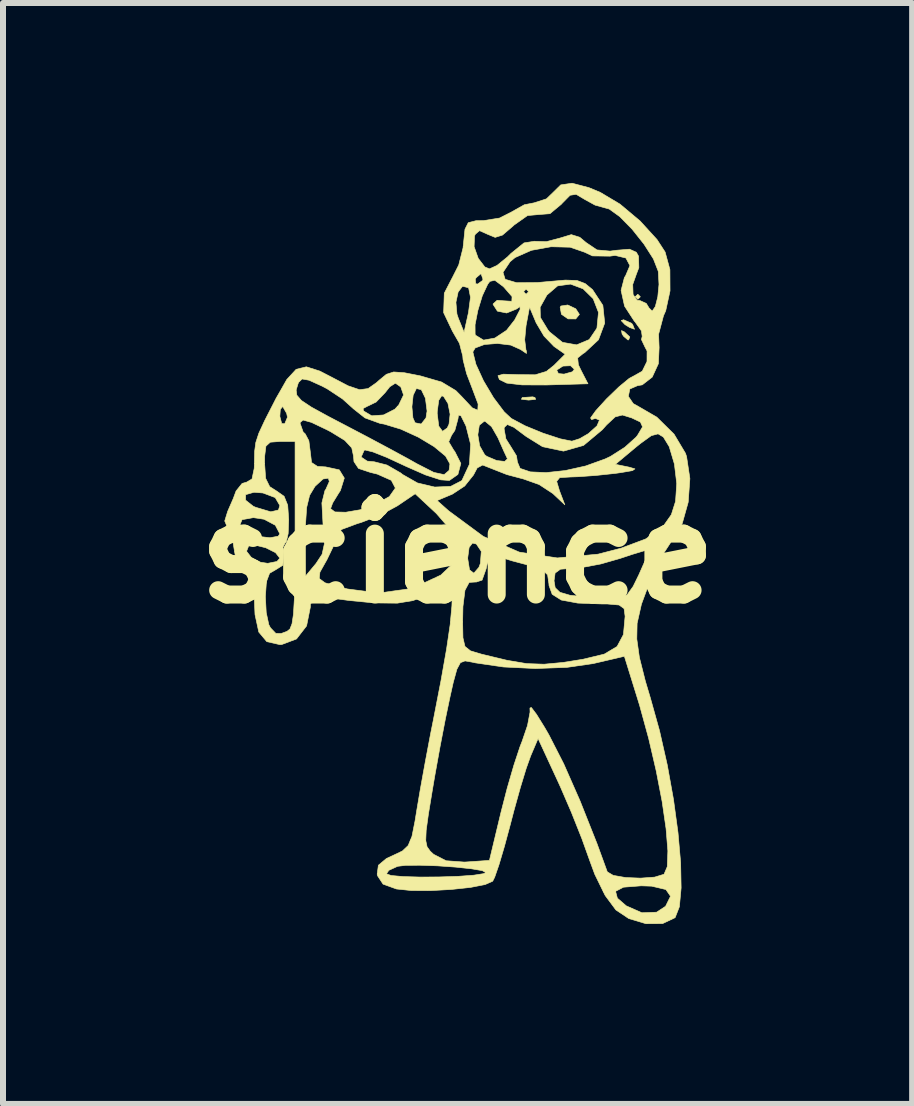
<source format=kicad_pcb>
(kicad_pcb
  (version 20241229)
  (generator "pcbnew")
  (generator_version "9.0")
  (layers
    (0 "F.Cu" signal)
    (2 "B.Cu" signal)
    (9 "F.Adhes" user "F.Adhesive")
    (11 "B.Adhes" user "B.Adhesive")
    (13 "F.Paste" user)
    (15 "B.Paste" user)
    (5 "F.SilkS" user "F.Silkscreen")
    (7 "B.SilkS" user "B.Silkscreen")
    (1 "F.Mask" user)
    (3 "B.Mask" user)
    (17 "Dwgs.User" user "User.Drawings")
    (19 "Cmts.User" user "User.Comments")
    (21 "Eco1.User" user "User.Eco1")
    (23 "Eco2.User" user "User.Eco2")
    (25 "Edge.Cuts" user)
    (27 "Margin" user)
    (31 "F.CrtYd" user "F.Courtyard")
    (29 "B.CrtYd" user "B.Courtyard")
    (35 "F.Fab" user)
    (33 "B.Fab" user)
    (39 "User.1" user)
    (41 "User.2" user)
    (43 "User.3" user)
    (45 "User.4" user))
  (footprint "science"
    (layer "F.Cu")
    (at 4.579 6.174)
    (property "Reference" "science" (at 0 0 0) (layer "F.SilkS") (effects (font (size 1.524 1.524) (thickness 0.3))))
    (attr through_hole)
    (fp_poly (pts (xy 3.048 -4.276) (xy 3.006 -4.233) (xy 2.963 -4.276) (xy 3.006 -4.318) (xy 3.048 -4.276)) (stroke (width 0.01) (type solid)) (fill yes) (layer "F.SilkS"))
    (fp_poly (pts (xy 1.291 -2.596) (xy 1.302 -2.565) (xy 1.185 -2.553) (xy 1.065 -2.567) (xy 1.079 -2.596) (xy 1.253 -2.607) (xy 1.291 -2.596)) (stroke (width 0.01) (type solid)) (fill yes) (layer "F.SilkS"))
    (fp_poly (pts (xy 2.781 -3.691) (xy 2.872 -3.606) (xy 2.853 -3.557) (xy 2.841 -3.556) (xy 2.77 -3.616) (xy 2.744 -3.654) (xy 2.734 -3.712) (xy 2.781 -3.691)) (stroke (width 0.01) (type solid)) (fill yes) (layer "F.SilkS"))
    (fp_poly (pts (xy 2.903 -3.833) (xy 2.921 -3.81) (xy 2.951 -3.734) (xy 2.871 -3.763) (xy 2.794 -3.81) (xy 2.729 -3.878) (xy 2.768 -3.893) (xy 2.903 -3.833)) (stroke (width 0.01) (type solid)) (fill yes) (layer "F.SilkS"))
    (fp_poly (pts (xy 1.971 -4.076) (xy 2.032 -3.982) (xy 1.971 -3.906) (xy 1.843 -3.907) (xy 1.733 -3.983) (xy 1.732 -3.985) (xy 1.711 -4.1) (xy 1.724 -4.122) (xy 1.837 -4.139) (xy 1.971 -4.076)) (stroke (width 0.01) (type solid)) (fill yes) (layer "F.SilkS"))
    (fp_poly (pts (xy 2.189 -6.096) (xy 2.381 -6.016) (xy 2.708 -5.821) (xy 3.043 -5.54) (xy 3.326 -5.23) (xy 3.461 -5.022) (xy 3.541 -4.729) (xy 3.543 -4.374) (xy 3.471 -4.042) (xy 3.434 -3.959) (xy 3.352 -3.65) (xy 3.361 -3.428) (xy 3.349 -3.16) (xy 3.246 -2.936) (xy 3.08 -2.807) (xy 3.002 -2.794) (xy 2.873 -2.738) (xy 2.848 -2.615) (xy 2.931 -2.493) (xy 2.991 -2.461) (xy 3.322 -2.269) (xy 3.61 -1.985) (xy 3.8 -1.667) (xy 3.819 -1.611) (xy 3.874 -1.245) (xy 3.846 -0.85) (xy 3.747 -0.497) (xy 3.648 -0.323) (xy 3.424 0.021) (xy 3.22 0.435) (xy 3.066 0.851) (xy 2.994 1.171) (xy 2.989 1.431) (xy 3.032 1.738) (xy 3.132 2.135) (xy 3.215 2.413) (xy 3.367 2.957) (xy 3.497 3.531) (xy 3.601 4.108) (xy 3.676 4.66) (xy 3.72 5.161) (xy 3.728 5.581) (xy 3.699 5.895) (xy 3.629 6.074) (xy 3.624 6.079) (xy 3.419 6.176) (xy 3.142 6.178) (xy 2.855 6.092) (xy 2.64 5.948) (xy 2.462 5.708) (xy 2.427 5.638) (xy 2.635 5.638) (xy 2.665 5.752) (xy 2.813 5.88) (xy 3.074 5.995) (xy 3.319 5.986) (xy 3.469 5.887) (xy 3.551 5.72) (xy 3.474 5.608) (xy 3.237 5.552) (xy 3.062 5.546) (xy 2.767 5.569) (xy 2.635 5.638) (xy 2.427 5.638) (xy 2.288 5.353) (xy 2.203 5.122) (xy 2.072 4.757) (xy 1.899 4.322) (xy 1.716 3.898) (xy 1.676 3.81) (xy 1.343 3.09) (xy 1.219 3.381) (xy 1.145 3.588) (xy 1.047 3.909) (xy 0.941 4.29) (xy 0.88 4.524) (xy 0.782 4.888) (xy 0.691 5.195) (xy 0.619 5.403) (xy 0.586 5.469) (xy 0.46 5.525) (xy 0.214 5.573) (xy -0.105 5.607) (xy -0.449 5.626) (xy -0.769 5.625) (xy -1.018 5.599) (xy -1.022 5.598) (xy -1.242 5.518) (xy -1.334 5.378) (xy -1.34 5.35) (xy -1.339 5.346) (xy -1.185 5.346) (xy -1.108 5.374) (xy -0.906 5.392) (xy -0.623 5.4) (xy -0.303 5.398) (xy 0.009 5.388) (xy 0.27 5.369) (xy 0.436 5.343) (xy 0.471 5.325) (xy 0.413 5.293) (xy 0.23 5.262) (xy -0.034 5.234) (xy -0.334 5.213) (xy -0.627 5.203) (xy -0.867 5.205) (xy -1 5.221) (xy -1.146 5.288) (xy -1.185 5.346) (xy -1.339 5.346) (xy -1.32 5.203) (xy -1.186 5.091) (xy -1.072 5.038) (xy -0.919 4.965) (xy -0.823 4.874) (xy -0.789 4.791) (xy -0.53 4.791) (xy -0.508 4.895) (xy -0.455 4.969) (xy -0.399 5.021) (xy -0.191 5.128) (xy 0.112 5.15) (xy 0.153 5.148) (xy 0.532 5.122) (xy 0.725 4.318) (xy 0.828 3.918) (xy 0.94 3.533) (xy 1.042 3.225) (xy 1.078 3.133) (xy 1.167 2.872) (xy 1.209 2.65) (xy 1.207 2.582) (xy 1.23 2.572) (xy 1.317 2.687) (xy 1.452 2.905) (xy 1.522 3.026) (xy 1.771 3.513) (xy 2.043 4.131) (xy 2.326 4.844) (xy 2.497 5.313) (xy 2.596 5.372) (xy 2.801 5.408) (xy 3.052 5.418) (xy 3.287 5.401) (xy 3.443 5.353) (xy 3.497 5.227) (xy 3.507 4.965) (xy 3.477 4.594) (xy 3.411 4.139) (xy 3.312 3.627) (xy 3.186 3.085) (xy 3.036 2.538) (xy 2.995 2.405) (xy 2.782 1.719) (xy 2.259 1.841) (xy 1.822 1.904) (xy 1.299 1.923) (xy 0.764 1.897) (xy 0.294 1.828) (xy 0.24 1.816) (xy 0.125 1.796) (xy 0.048 1.825) (xy -0.011 1.935) (xy -0.072 2.157) (xy -0.126 2.398) (xy -0.203 2.766) (xy -0.292 3.228) (xy -0.379 3.71) (xy -0.42 3.951) (xy -0.486 4.353) (xy -0.523 4.622) (xy -0.53 4.791) (xy -0.789 4.791) (xy -0.76 4.722) (xy -0.709 4.466) (xy -0.682 4.299) (xy -0.621 3.938) (xy -0.539 3.485) (xy -0.45 3.014) (xy -0.406 2.794) (xy -0.276 2.125) (xy -0.183 1.598) (xy -0.123 1.19) (xy -0.119 1.147) (xy 0.085 1.147) (xy 0.09 1.41) (xy 0.124 1.555) (xy 0.217 1.629) (xy 0.398 1.683) (xy 0.402 1.684) (xy 0.826 1.786) (xy 1.152 1.841) (xy 1.443 1.851) (xy 1.765 1.821) (xy 2.094 1.768) (xy 2.446 1.683) (xy 2.66 1.556) (xy 2.766 1.357) (xy 2.794 1.053) (xy 2.794 1.053) (xy 2.777 0.924) (xy 2.694 0.864) (xy 2.501 0.847) (xy 2.424 0.847) (xy 2.005 0.832) (xy 1.73 0.781) (xy 1.578 0.685) (xy 1.525 0.538) (xy 1.524 0.512) (xy 1.516 0.46) (xy 1.609 0.46) (xy 1.628 0.575) (xy 1.707 0.652) (xy 1.874 0.701) (xy 2.157 0.731) (xy 2.498 0.748) (xy 2.701 0.746) (xy 2.827 0.694) (xy 2.928 0.554) (xy 3.022 0.362) (xy 3.123 0.134) (xy 3.183 -0.019) (xy 3.19 -0.055) (xy 3.108 -0.039) (xy 2.913 0.02) (xy 2.708 0.088) (xy 2.387 0.18) (xy 2.073 0.239) (xy 1.926 0.251) (xy 1.716 0.267) (xy 1.627 0.331) (xy 1.609 0.46) (xy 1.516 0.46) (xy 1.502 0.361) (xy 1.405 0.271) (xy 1.19 0.201) (xy 1.164 0.195) (xy 0.908 0.127) (xy 0.707 0.064) (xy 0.668 0.049) (xy 0.562 0.048) (xy 0.496 0.177) (xy 0.477 0.259) (xy 0.409 0.449) (xy 0.308 0.482) (xy 0.304 0.48) (xy 0.194 0.487) (xy 0.124 0.618) (xy 0.09 0.889) (xy 0.085 1.147) (xy -0.119 1.147) (xy -0.094 0.878) (xy -0.091 0.788) (xy -0.085 0.518) (xy -0.48 0.692) (xy -0.743 0.79) (xy -1.003 0.833) (xy -1.331 0.83) (xy -1.475 0.821) (xy -1.805 0.789) (xy -2.089 0.751) (xy -2.265 0.716) (xy -2.4 0.696) (xy -2.45 0.781) (xy -2.455 0.903) (xy -2.517 1.212) (xy -2.685 1.43) (xy -2.932 1.523) (xy -2.965 1.524) (xy -3.18 1.475) (xy -3.314 1.315) (xy -3.377 1.024) (xy -3.387 0.788) (xy -3.405 0.51) (xy -3.472 0.347) (xy -3.556 0.274) (xy -3.696 0.095) (xy -3.719 -0.032) (xy -3.518 -0.032) (xy -3.438 0.071) (xy -3.286 0.15) (xy -3.165 0.169) (xy -3.011 0.138) (xy -2.963 0.083) (xy -3.035 -0.009) (xy -3.198 -0.091) (xy -3.377 -0.135) (xy -3.483 -0.12) (xy -3.518 -0.032) (xy -3.719 -0.032) (xy -3.725 -0.068) (xy -3.759 -0.279) (xy -3.825 -0.405) (xy -3.854 -0.471) (xy -3.629 -0.471) (xy -3.505 -0.353) (xy -3.493 -0.345) (xy -3.316 -0.28) (xy -3.127 -0.258) (xy -2.991 -0.283) (xy -2.963 -0.322) (xy -3.038 -0.466) (xy -3.226 -0.566) (xy -3.404 -0.593) (xy -3.593 -0.559) (xy -3.629 -0.471) (xy -3.854 -0.471) (xy -3.882 -0.537) (xy -3.833 -0.697) (xy -3.751 -0.885) (xy -3.535 -0.885) (xy -3.405 -0.782) (xy -3.365 -0.765) (xy -3.114 -0.69) (xy -2.986 -0.72) (xy -2.963 -0.795) (xy -3.04 -0.927) (xy -3.244 -1.004) (xy -3.394 -1.016) (xy -3.533 -0.976) (xy -3.535 -0.885) (xy -3.751 -0.885) (xy -3.74 -0.91) (xy -3.693 -1.037) (xy -3.592 -1.163) (xy -3.516 -1.185) (xy -3.427 -1.238) (xy -3.39 -1.415) (xy -3.387 -1.495) (xy -3.217 -1.495) (xy -3.2 -1.248) (xy -3.132 -1.11) (xy -3.019 -1.038) (xy -2.892 -0.949) (xy -2.832 -0.801) (xy -2.815 -0.558) (xy -2.824 -0.328) (xy -2.855 -0.189) (xy -2.875 -0.169) (xy -2.911 -0.099) (xy -2.902 0.03) (xy -2.913 0.201) (xy -3.029 0.274) (xy -3.134 0.335) (xy -3.187 0.476) (xy -3.204 0.725) (xy -3.19 0.989) (xy -3.147 1.191) (xy -3.12 1.243) (xy -3.03 1.337) (xy -2.941 1.339) (xy -2.843 1.303) (xy -2.795 1.265) (xy -2.76 1.177) (xy -2.736 1.017) (xy -2.721 0.762) (xy -2.713 0.422) (xy -2.306 0.422) (xy -2.211 0.493) (xy -1.986 0.559) (xy -1.832 0.597) (xy -1.31 0.664) (xy -0.822 0.596) (xy -0.671 0.548) (xy -0.279 0.365) (xy -0.053 0.151) (xy -0.037 0.085) (xy 0.169 0.085) (xy 0.2 0.278) (xy 0.272 0.333) (xy 0.356 0.236) (xy 0.381 0.17) (xy 0.396 -0.03) (xy 0.314 -0.153) (xy 0.249 -0.169) (xy 0.193 -0.096) (xy 0.169 0.082) (xy 0.169 0.085) (xy -0.037 0.085) (xy 0.006 -0.095) (xy -0.101 -0.372) (xy -0.353 -0.662) (xy -0.585 -0.878) (xy -0.341 -0.878) (xy -0.149 -0.707) (xy 0.43 -0.28) (xy 1.03 -0.018) (xy 1.664 0.079) (xy 2.343 0.016) (xy 2.729 -0.084) (xy 3.136 -0.237) (xy 3.404 -0.414) (xy 3.565 -0.643) (xy 3.635 -0.864) (xy 3.655 -1.16) (xy 3.616 -1.487) (xy 3.53 -1.776) (xy 3.432 -1.937) (xy 3.344 -1.99) (xy 3.231 -1.96) (xy 3.051 -1.83) (xy 2.974 -1.768) (xy 2.632 -1.482) (xy 2.861 -1.435) (xy 2.958 -1.406) (xy 2.917 -1.377) (xy 2.725 -1.344) (xy 2.625 -1.33) (xy 2.304 -1.296) (xy 2.007 -1.275) (xy 1.886 -1.271) (xy 1.703 -1.26) (xy 1.653 -1.198) (xy 1.7 -1.04) (xy 1.701 -1.038) (xy 1.789 -0.807) (xy 1.589 -0.995) (xy 1.36 -1.145) (xy 1.097 -1.238) (xy 0.822 -1.311) (xy 0.583 -1.405) (xy 0.419 -1.47) (xy 0.328 -1.422) (xy 0.266 -1.304) (xy 0.119 -1.12) (xy -0.086 -0.985) (xy -0.341 -0.878) (xy -0.585 -0.878) (xy -0.706 -0.991) (xy -1.004 -0.789) (xy -1.29 -0.634) (xy -1.611 -0.511) (xy -1.667 -0.495) (xy -1.933 -0.396) (xy -2.032 -0.276) (xy -2.032 -0.265) (xy -2.075 -0.105) (xy -2.179 0.111) (xy -2.202 0.151) (xy -2.295 0.317) (xy -2.306 0.422) (xy -2.713 0.422) (xy -2.712 0.39) (xy -2.709 -0.122) (xy -2.709 -0.266) (xy -2.537 -0.266) (xy -2.534 0.381) (xy -2.36 0.172) (xy -2.258 0.017) (xy -2.22 -0.158) (xy -2.235 -0.42) (xy -2.243 -0.489) (xy -2.262 -0.838) (xy -2.211 -1.044) (xy -2.196 -1.065) (xy -2.138 -1.195) (xy -2.154 -1.251) (xy -2.243 -1.237) (xy -2.373 -1.118) (xy -2.378 -1.112) (xy -2.467 -0.964) (xy -2.516 -0.762) (xy -2.536 -0.46) (xy -2.537 -0.266) (xy -2.709 -0.266) (xy -2.709 -0.305) (xy -2.709 -1.863) (xy -2.963 -1.863) (xy -3.122 -1.851) (xy -3.195 -1.785) (xy -3.216 -1.617) (xy -3.217 -1.495) (xy -3.387 -1.495) (xy -3.387 -1.525) (xy -3.383 -1.701) (xy -3.364 -1.845) (xy -3.313 -2.001) (xy -3.215 -2.212) (xy -3.18 -2.281) (xy -2.963 -2.281) (xy -2.932 -2.163) (xy -2.882 -2.157) (xy -2.879 -2.165) (xy -2.625 -2.165) (xy -2.574 -2.021) (xy -2.54 -1.99) (xy -2.479 -1.875) (xy -2.455 -1.688) (xy -2.434 -1.512) (xy -2.335 -1.447) (xy -2.199 -1.439) (xy -1.972 -1.39) (xy -1.888 -1.253) (xy -1.953 -1.045) (xy -1.982 -1.001) (xy -2.082 -0.838) (xy -2.117 -0.743) (xy -2.045 -0.688) (xy -1.864 -0.683) (xy -1.625 -0.724) (xy -1.405 -0.796) (xy -1.137 -0.944) (xy -1.037 -1.086) (xy -1.104 -1.215) (xy -1.338 -1.319) (xy -1.453 -1.347) (xy -1.651 -1.413) (xy -1.727 -1.527) (xy -1.733 -1.603) (xy -1.607 -1.603) (xy -1.506 -1.535) (xy -1.388 -1.524) (xy -1.177 -1.47) (xy -0.948 -1.338) (xy -0.916 -1.312) (xy -0.668 -1.171) (xy -0.381 -1.103) (xy -0.115 -1.114) (xy 0.069 -1.209) (xy 0.074 -1.215) (xy 0.198 -1.482) (xy 0.218 -1.816) (xy 0.178 -1.975) (xy 0.338 -1.975) (xy 0.369 -1.79) (xy 0.452 -1.643) (xy 0.487 -1.615) (xy 0.653 -1.545) (xy 0.787 -1.53) (xy 0.832 -1.573) (xy 0.826 -1.587) (xy 0.772 -1.702) (xy 0.685 -1.899) (xy 0.673 -1.926) (xy 0.587 -2.076) (xy 0.776 -2.076) (xy 0.806 -1.907) (xy 0.885 -1.782) (xy 0.983 -1.623) (xy 0.998 -1.521) (xy 1.043 -1.414) (xy 1.214 -1.356) (xy 1.477 -1.344) (xy 1.795 -1.378) (xy 2.135 -1.454) (xy 2.46 -1.571) (xy 2.551 -1.614) (xy 2.789 -1.766) (xy 2.976 -1.934) (xy 3.002 -1.967) (xy 3.085 -2.107) (xy 3.049 -2.187) (xy 2.904 -2.256) (xy 2.749 -2.304) (xy 2.629 -2.273) (xy 2.485 -2.139) (xy 2.414 -2.059) (xy 2.101 -1.797) (xy 1.767 -1.702) (xy 1.418 -1.776) (xy 1.143 -1.947) (xy 0.94 -2.099) (xy 0.83 -2.146) (xy 0.782 -2.1) (xy 0.776 -2.076) (xy 0.587 -2.076) (xy 0.567 -2.11) (xy 0.46 -2.199) (xy 0.447 -2.201) (xy 0.363 -2.134) (xy 0.338 -1.975) (xy 0.178 -1.975) (xy 0.141 -2.121) (xy 0.058 -2.289) (xy 0.016 -2.304) (xy 0.007 -2.239) (xy -0.045 -2.047) (xy -0.1 -1.966) (xy -0.147 -1.858) (xy -0.062 -1.715) (xy -0.047 -1.698) (xy 0.055 -1.496) (xy 0.006 -1.313) (xy -0.136 -1.213) (xy -0.281 -1.223) (xy -0.534 -1.305) (xy -0.857 -1.447) (xy -0.891 -1.463) (xy -1.182 -1.598) (xy -1.412 -1.689) (xy -1.543 -1.721) (xy -1.557 -1.716) (xy -1.607 -1.603) (xy -1.733 -1.603) (xy -1.734 -1.617) (xy -1.764 -1.756) (xy -1.88 -1.881) (xy -2.115 -2.025) (xy -2.178 -2.058) (xy -2.436 -2.181) (xy -2.576 -2.22) (xy -2.624 -2.179) (xy -2.625 -2.165) (xy -2.879 -2.165) (xy -2.836 -2.267) (xy -2.849 -2.331) (xy -2.915 -2.446) (xy -2.955 -2.397) (xy -2.963 -2.281) (xy -3.18 -2.281) (xy -3.056 -2.523) (xy -3.026 -2.582) (xy -2.946 -2.721) (xy -2.691 -2.721) (xy -2.68 -2.635) (xy -2.603 -2.546) (xy -2.436 -2.435) (xy -2.157 -2.282) (xy -1.884 -2.139) (xy -1.499 -1.937) (xy -1.126 -1.738) (xy -0.817 -1.57) (xy -0.677 -1.491) (xy -0.395 -1.347) (xy -0.223 -1.31) (xy -0.141 -1.38) (xy -0.127 -1.489) (xy -0.2 -1.619) (xy -0.391 -1.777) (xy -0.654 -1.935) (xy -0.947 -2.069) (xy -1.225 -2.153) (xy -1.288 -2.163) (xy -1.544 -2.256) (xy -1.731 -2.404) (xy -1.74 -2.412) (xy -1.576 -2.412) (xy -1.566 -2.371) (xy -1.431 -2.291) (xy -1.234 -2.305) (xy -1.046 -2.401) (xy -1.008 -2.442) (xy -0.761 -2.442) (xy -0.744 -2.256) (xy -0.708 -2.175) (xy -0.606 -2.154) (xy -0.526 -2.256) (xy -0.515 -2.328) (xy -0.339 -2.328) (xy -0.313 -2.119) (xy -0.25 -2.032) (xy -0.172 -2.088) (xy -0.142 -2.151) (xy -0.124 -2.318) (xy -0.16 -2.498) (xy -0.232 -2.613) (xy -0.264 -2.625) (xy -0.313 -2.55) (xy -0.338 -2.367) (xy -0.339 -2.328) (xy -0.515 -2.328) (xy -0.508 -2.369) (xy -0.536 -2.585) (xy -0.604 -2.726) (xy -0.686 -2.746) (xy -0.74 -2.634) (xy -0.761 -2.442) (xy -1.008 -2.442) (xy -0.981 -2.471) (xy -0.9 -2.638) (xy -0.945 -2.768) (xy -0.95 -2.775) (xy -1.036 -2.835) (xy -1.13 -2.775) (xy -1.209 -2.675) (xy -1.357 -2.521) (xy -1.492 -2.455) (xy -1.494 -2.455) (xy -1.576 -2.412) (xy -1.74 -2.412) (xy -1.918 -2.572) (xy -2.174 -2.741) (xy -2.257 -2.785) (xy -2.475 -2.884) (xy -2.591 -2.905) (xy -2.648 -2.851) (xy -2.659 -2.827) (xy -2.691 -2.721) (xy -2.946 -2.721) (xy -2.847 -2.896) (xy -2.691 -3.066) (xy -2.521 -3.108) (xy -2.297 -3.037) (xy -2.113 -2.942) (xy -1.825 -2.791) (xy -1.634 -2.726) (xy -1.491 -2.745) (xy -1.352 -2.843) (xy -1.304 -2.886) (xy -1.186 -2.983) (xy -1.065 -3.022) (xy -0.885 -3.009) (xy -0.621 -2.957) (xy -0.266 -2.854) (xy -0.028 -2.711) (xy 0.07 -2.611) (xy 0.245 -2.424) (xy 0.338 -2.384) (xy 0.343 -2.488) (xy 0.252 -2.73) (xy 0.252 -2.731) (xy 0.151 -2.994) (xy 0.092 -3.226) (xy 0.087 -3.289) (xy 0.069 -3.356) (xy 0.255 -3.356) (xy 0.306 -3.151) (xy 0.432 -2.876) (xy 0.601 -2.592) (xy 0.778 -2.357) (xy 0.896 -2.247) (xy 1.127 -2.124) (xy 1.424 -2.002) (xy 1.714 -1.907) (xy 1.907 -1.868) (xy 2.036 -1.909) (xy 2.182 -1.994) (xy 2.325 -2.123) (xy 2.366 -2.219) (xy 2.3 -2.247) (xy 2.235 -2.228) (xy 2.218 -2.255) (xy 2.304 -2.375) (xy 2.474 -2.562) (xy 2.481 -2.57) (xy 2.691 -2.773) (xy 2.863 -2.915) (xy 2.953 -2.963) (xy 3.08 -3.035) (xy 3.159 -3.197) (xy 3.16 -3.372) (xy 3.126 -3.436) (xy 3.066 -3.563) (xy 3.079 -3.615) (xy 3.066 -3.707) (xy 2.96 -3.856) (xy 2.947 -3.87) (xy 2.785 -4.119) (xy 2.727 -4.382) (xy 2.783 -4.599) (xy 2.8 -4.621) (xy 2.874 -4.795) (xy 2.807 -4.922) (xy 2.628 -4.965) (xy 2.542 -4.953) (xy 2.25 -4.957) (xy 2.118 -5.019) (xy 1.878 -5.102) (xy 1.56 -5.11) (xy 1.231 -5.05) (xy 0.96 -4.93) (xy 0.876 -4.86) (xy 0.758 -4.683) (xy 0.794 -4.567) (xy 0.985 -4.51) (xy 1.333 -4.513) (xy 1.489 -4.527) (xy 1.798 -4.554) (xy 1.993 -4.547) (xy 2.128 -4.496) (xy 2.251 -4.395) (xy 2.423 -4.133) (xy 2.454 -3.837) (xy 2.35 -3.558) (xy 2.119 -3.343) (xy 2.098 -3.332) (xy 2.003 -3.256) (xy 2.015 -3.141) (xy 2.064 -3.04) (xy 2.175 -2.825) (xy 1.482 -2.805) (xy 1.076 -2.806) (xy 0.82 -2.836) (xy 0.698 -2.896) (xy 0.674 -2.96) (xy 0.764 -2.985) (xy 0.992 -2.978) (xy 1.015 -2.977) (xy 1.296 -2.975) (xy 1.481 -3.031) (xy 1.509 -3.053) (xy 1.654 -3.053) (xy 1.682 -2.995) (xy 1.776 -2.986) (xy 1.915 -3.025) (xy 1.947 -3.066) (xy 1.885 -3.126) (xy 1.757 -3.12) (xy 1.655 -3.054) (xy 1.654 -3.053) (xy 1.509 -3.053) (xy 1.609 -3.133) (xy 1.794 -3.318) (xy 1.608 -3.448) (xy 1.442 -3.62) (xy 1.311 -3.841) (xy 1.202 -4.101) (xy 1.377 -4.101) (xy 1.381 -3.931) (xy 1.506 -3.725) (xy 1.534 -3.69) (xy 1.75 -3.516) (xy 1.986 -3.474) (xy 2.196 -3.562) (xy 2.324 -3.752) (xy 2.35 -4.016) (xy 2.262 -4.243) (xy 2.094 -4.408) (xy 1.884 -4.487) (xy 1.668 -4.457) (xy 1.49 -4.304) (xy 1.377 -4.101) (xy 1.202 -4.101) (xy 1.201 -4.104) (xy 1.142 -3.793) (xy 1.12 -3.559) (xy 1.141 -3.388) (xy 1.149 -3.371) (xy 1.149 -3.33) (xy 1.052 -3.396) (xy 0.887 -3.47) (xy 0.666 -3.497) (xy 0.449 -3.48) (xy 0.294 -3.422) (xy 0.255 -3.356) (xy 0.069 -3.356) (xy 0.033 -3.497) (xy -0.085 -3.702) (xy -0.232 -4.011) (xy -0.226 -4.184) (xy -0.027 -4.184) (xy -0.01 -3.987) (xy 0.012 -3.921) (xy 0.109 -3.683) (xy 0.137 -3.809) (xy 0.292 -3.809) (xy 0.293 -3.651) (xy 0.301 -3.634) (xy 0.434 -3.553) (xy 0.622 -3.587) (xy 0.817 -3.716) (xy 0.953 -3.89) (xy 1.043 -4.064) (xy 1.042 -4.112) (xy 0.982 -4.071) (xy 0.819 -4.005) (xy 0.665 -4.036) (xy 0.593 -4.148) (xy 0.593 -4.156) (xy 0.66 -4.217) (xy 0.762 -4.209) (xy 0.905 -4.2) (xy 0.909 -4.279) (xy 0.838 -4.36) (xy 1.101 -4.36) (xy 1.143 -4.318) (xy 1.185 -4.36) (xy 1.143 -4.403) (xy 1.101 -4.36) (xy 0.838 -4.36) (xy 0.775 -4.433) (xy 0.757 -4.45) (xy 0.621 -4.551) (xy 0.539 -4.532) (xy 0.503 -4.484) (xy 0.413 -4.292) (xy 0.338 -4.045) (xy 0.292 -3.809) (xy 0.137 -3.809) (xy 0.183 -4.016) (xy 0.216 -4.267) (xy 0.186 -4.419) (xy 0.179 -4.427) (xy 0.083 -4.451) (xy 0.01 -4.355) (xy -0.027 -4.184) (xy -0.226 -4.184) (xy -0.221 -4.335) (xy -0.099 -4.572) (xy 0.296 -4.572) (xy 0.303 -4.494) (xy 0.334 -4.487) (xy 0.42 -4.549) (xy 0.423 -4.572) (xy 0.394 -4.654) (xy 0.386 -4.657) (xy 0.314 -4.597) (xy 0.296 -4.572) (xy -0.099 -4.572) (xy -0.09 -4.588) (xy 0.02 -4.806) (xy 0.092 -5.092) (xy 0.094 -5.112) (xy 0.276 -5.112) (xy 0.345 -4.916) (xy 0.455 -4.773) (xy 0.533 -4.741) (xy 0.658 -4.798) (xy 0.834 -4.941) (xy 0.889 -4.996) (xy 1.109 -5.174) (xy 1.287 -5.202) (xy 1.293 -5.2) (xy 1.482 -5.195) (xy 1.703 -5.253) (xy 1.897 -5.312) (xy 2.038 -5.268) (xy 2.144 -5.179) (xy 2.325 -5.057) (xy 2.544 -5.037) (xy 2.647 -5.051) (xy 2.868 -5.069) (xy 2.981 -5.018) (xy 3.018 -4.953) (xy 3.023 -4.761) (xy 2.983 -4.656) (xy 2.921 -4.481) (xy 2.927 -4.314) (xy 2.993 -4.217) (xy 3.04 -4.213) (xy 3.147 -4.165) (xy 3.193 -4.089) (xy 3.246 -4.037) (xy 3.298 -4.113) (xy 3.339 -4.275) (xy 3.359 -4.481) (xy 3.348 -4.69) (xy 3.345 -4.705) (xy 3.266 -4.907) (xy 3.109 -5.153) (xy 2.911 -5.402) (xy 2.706 -5.611) (xy 2.53 -5.738) (xy 2.462 -5.757) (xy 2.293 -5.804) (xy 2.122 -5.898) (xy 1.978 -5.984) (xy 1.876 -5.968) (xy 1.744 -5.834) (xy 1.731 -5.819) (xy 1.541 -5.661) (xy 1.359 -5.647) (xy 1.167 -5.63) (xy 0.943 -5.472) (xy 0.924 -5.454) (xy 0.749 -5.304) (xy 0.627 -5.266) (xy 0.503 -5.317) (xy 0.366 -5.378) (xy 0.296 -5.318) (xy 0.283 -5.288) (xy 0.276 -5.112) (xy 0.094 -5.112) (xy 0.1 -5.171) (xy 0.124 -5.402) (xy 0.179 -5.511) (xy 0.307 -5.544) (xy 0.435 -5.546) (xy 0.7 -5.588) (xy 0.905 -5.692) (xy 0.907 -5.694) (xy 1.114 -5.81) (xy 1.277 -5.842) (xy 1.482 -5.908) (xy 1.589 -6.011) (xy 1.721 -6.141) (xy 1.91 -6.169) (xy 2.189 -6.096)) (stroke (width 0.01) (type solid)) (fill yes) (layer "F.SilkS")))
  (gr_rect
    (start -3 -3)
    (end 12.159 15.357)
    (stroke (width 0.1) (type default))
    (fill no)
    (layer "Edge.Cuts")))
</source>
